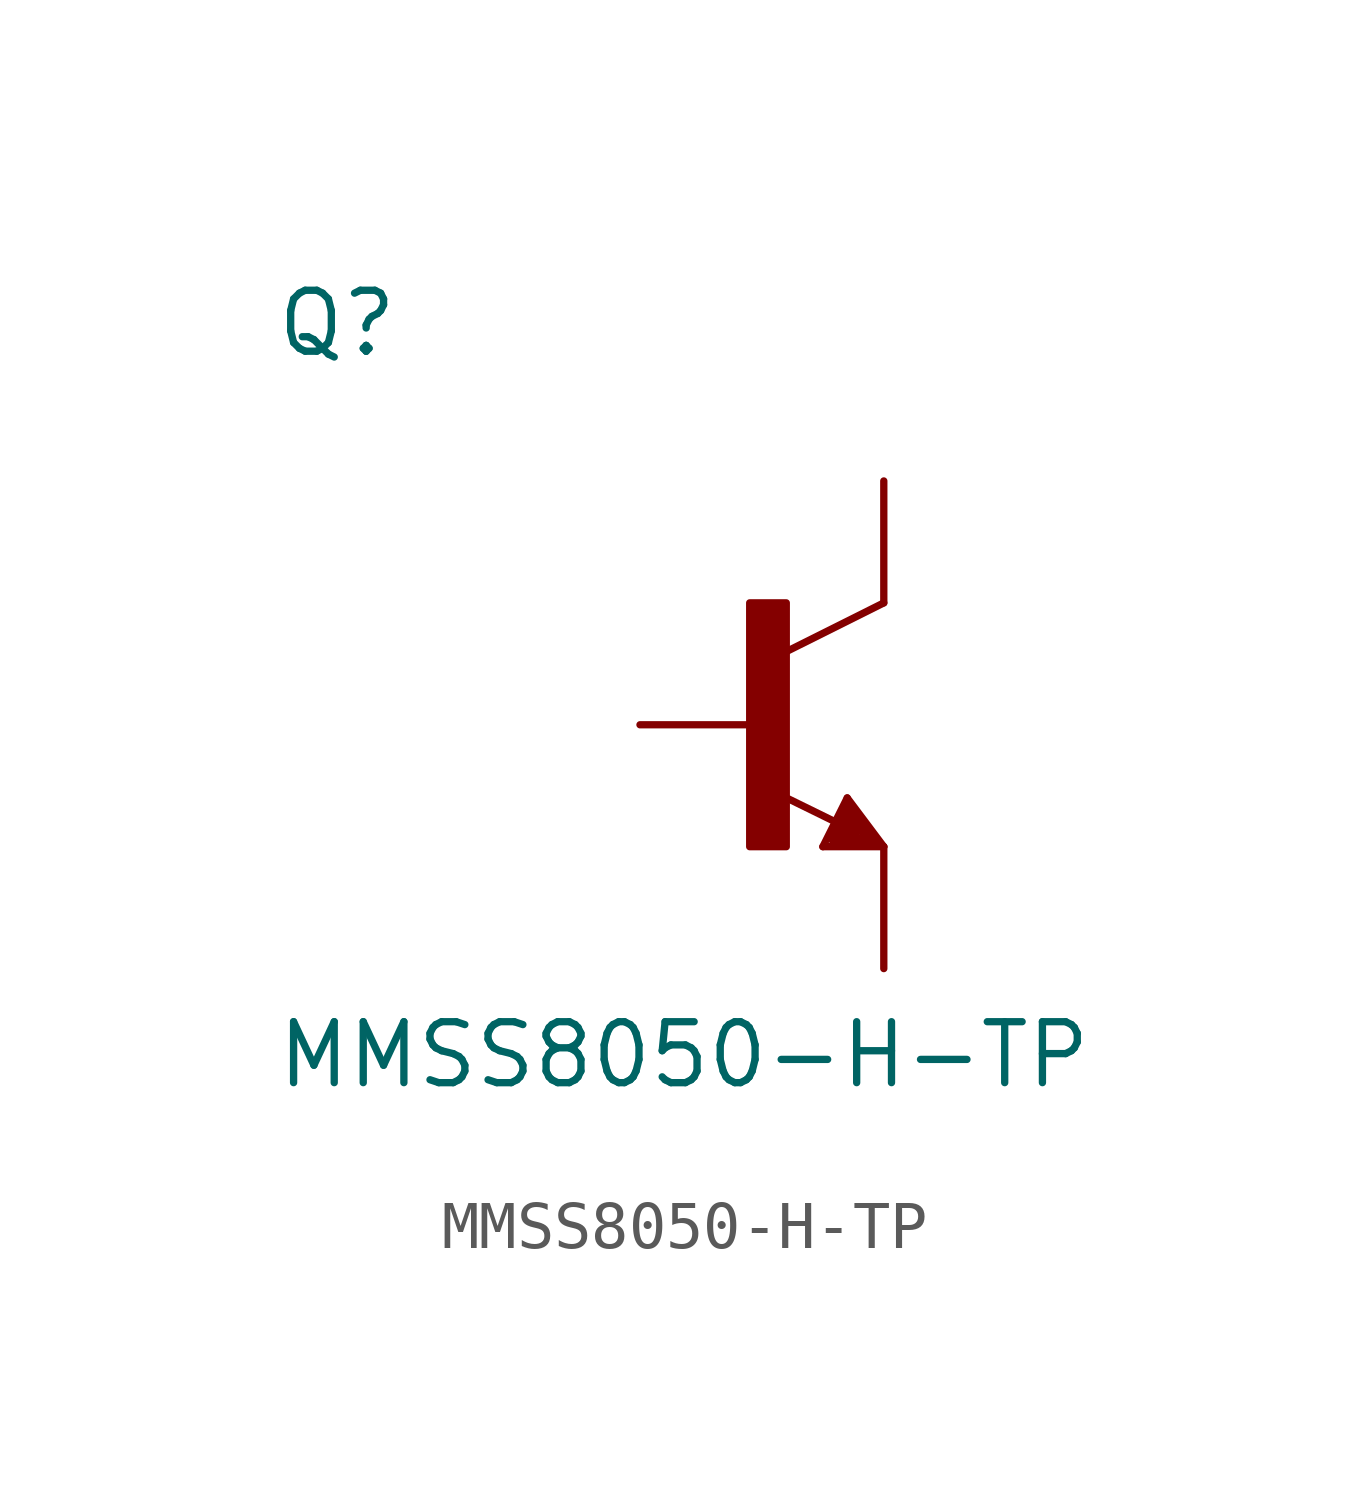
<source format=kicad_sym>
(kicad_symbol_lib
  (version 20220914)
  (generator kicad_symbol_editor)
  (symbol "MMSS8050-H-TP"
    (pin_numbers hide)
    (pin_names
      (offset 1.016) hide)
    (property "Reference" "Q"
      (at -10.16 7.62 0)
      (effects (font (size 1.27 1.27)) (justify left bottom)))
    (property "Value" "MMSS8050-H-TP"
      (at -10.16 -7.62 0)
      (effects (font (size 1.27 1.27)) (justify left bottom)))
    (property "ki_locked" ""
      (at 0 0 0)
      (effects (font (size 1.27 1.27))))
    (symbol "MMSS8050-H-TP_0_0"
      (rectangle (start -0.254 -2.54) (end 0.508 2.54) (stroke (width 0) (type solid)) (fill (type outline)))
      (polyline (pts (xy 1.27 -2.54) (xy 1.778 -1.524)) (stroke (width 0.152) (type solid)) (fill (type none)))
      (polyline (pts (xy 1.524 -2.413) (xy 2.286 -2.413)) (stroke (width 0.254) (type solid)) (fill (type none)))
      (polyline (pts (xy 1.524 -2.286) (xy 1.905 -2.286)) (stroke (width 0.254) (type solid)) (fill (type none)))
      (polyline (pts (xy 1.549 -2.032) (xy 0.305 -1.422)) (stroke (width 0.152) (type solid)) (fill (type none)))
      (polyline (pts (xy 1.778 -1.778) (xy 1.524 -2.286)) (stroke (width 0.254) (type solid)) (fill (type none)))
      (polyline (pts (xy 1.778 -1.524) (xy 2.54 -2.54)) (stroke (width 0.152) (type solid)) (fill (type none)))
      (polyline (pts (xy 1.905 -2.286) (xy 1.778 -2.032)) (stroke (width 0.254) (type solid)) (fill (type none)))
      (polyline (pts (xy 2.286 -2.413) (xy 1.778 -1.778)) (stroke (width 0.254) (type solid)) (fill (type none)))
      (polyline (pts (xy 2.54 -2.54) (xy 1.27 -2.54)) (stroke (width 0.152) (type solid)) (fill (type none)))
      (polyline (pts (xy 2.54 2.54) (xy 0.508 1.524)) (stroke (width 0.152) (type solid)) (fill (type none)))
      (pin passive line (at -2.54 0 0) (length 2.54) (name "~" (effects (font (size 1.016 1.016)))) (number "1" (effects (font (size 1.016 1.016)))))
      (pin passive line (at 2.54 -5.08 90) (length 2.54) (name "~" (effects (font (size 1.016 1.016)))) (number "2" (effects (font (size 1.016 1.016)))))
      (pin passive line (at 2.54 5.08 270) (length 2.54) (name "~" (effects (font (size 1.016 1.016)))) (number "3" (effects (font (size 1.016 1.016))))))))
</source>
